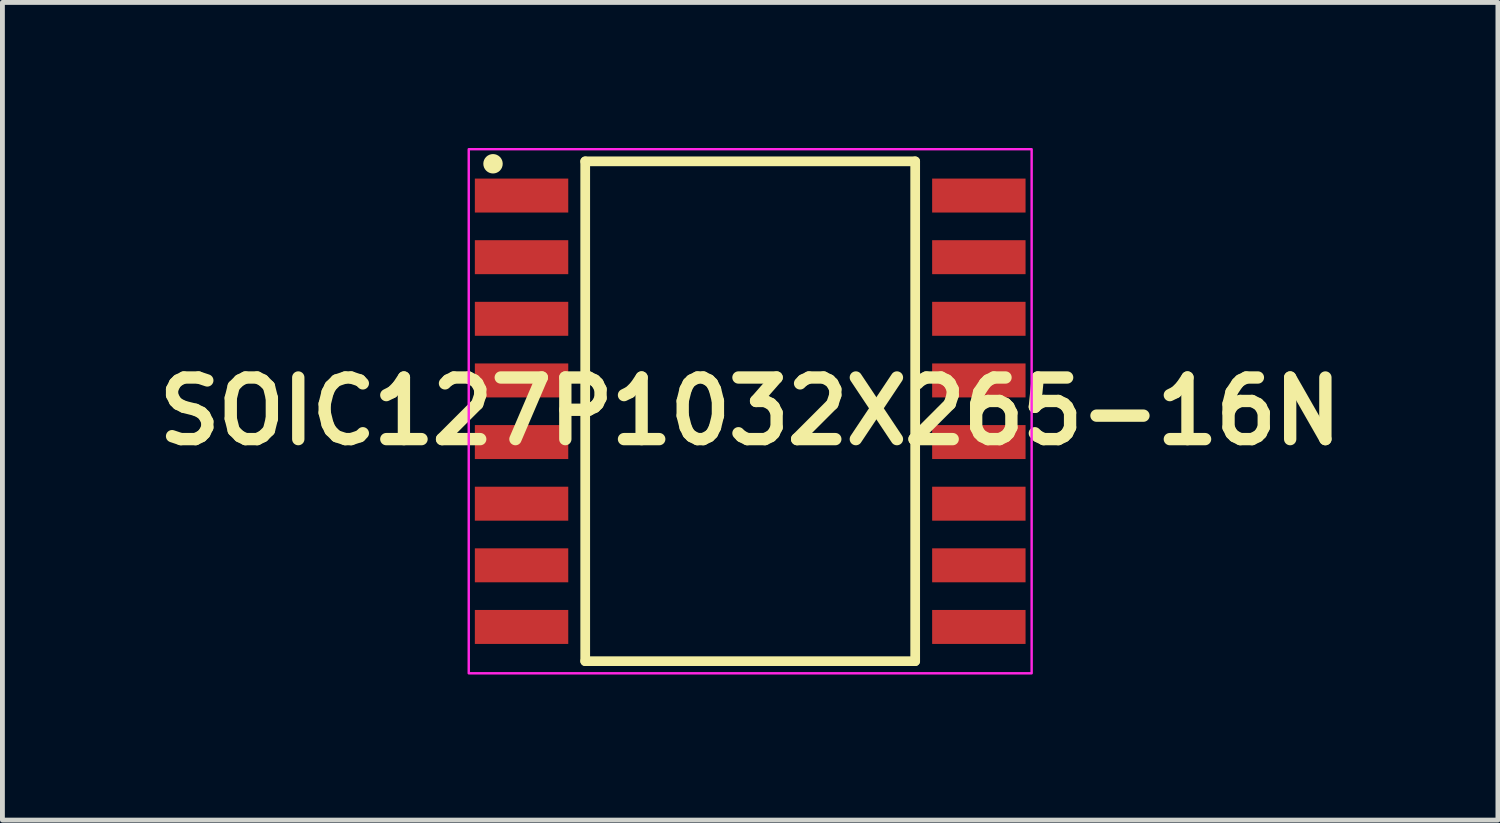
<source format=kicad_pcb>
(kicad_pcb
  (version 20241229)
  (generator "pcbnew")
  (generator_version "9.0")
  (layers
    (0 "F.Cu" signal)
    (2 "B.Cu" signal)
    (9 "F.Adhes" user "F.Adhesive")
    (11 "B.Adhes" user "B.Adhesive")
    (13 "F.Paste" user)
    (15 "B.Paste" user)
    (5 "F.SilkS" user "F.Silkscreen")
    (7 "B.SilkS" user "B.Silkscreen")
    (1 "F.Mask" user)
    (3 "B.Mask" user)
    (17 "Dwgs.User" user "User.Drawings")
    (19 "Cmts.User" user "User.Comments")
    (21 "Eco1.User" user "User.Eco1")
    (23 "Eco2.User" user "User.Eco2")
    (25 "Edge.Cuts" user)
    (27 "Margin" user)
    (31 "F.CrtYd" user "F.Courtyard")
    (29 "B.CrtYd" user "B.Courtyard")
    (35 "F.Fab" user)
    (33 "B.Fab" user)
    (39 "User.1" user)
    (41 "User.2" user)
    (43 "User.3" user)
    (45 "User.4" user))
  (footprint "SOIC127P1032X265-16N"
    (layer "F.Cu")
    (at 12.41 5.425)
    (property "Reference" "SOIC127P1032X265-16N" (at 0 0 0) (layer "F.SilkS") (effects (font (size 1.27 1.27) (thickness 0.254))))
    (attr smd)
    (fp_line (start -3.4 -5.15) (end 3.4 -5.15) (stroke (width 0.2) (type solid)) (layer "F.SilkS"))
    (fp_line (start -3.4 5.15) (end -3.4 -5.15) (stroke (width 0.2) (type solid)) (layer "F.SilkS"))
    (fp_line (start 3.4 -5.15) (end 3.4 5.15) (stroke (width 0.2) (type solid)) (layer "F.SilkS"))
    (fp_line (start 3.4 5.15) (end -3.4 5.15) (stroke (width 0.2) (type solid)) (layer "F.SilkS"))
    (fp_circle (center -5.3 -5.1) (end -5.2 -5.1) (stroke (width 0.2) (type default)) (fill no) (layer "F.SilkS"))
    (fp_rect (start -5.8 -5.4) (end 5.8 5.4) (stroke (width 0.05) (type default)) (fill no) (layer "F.CrtYd"))
    (pad "1" smd rect (at -4.712 -4.445 90) (size 0.7 1.925) (layers "F.Cu" "F.Mask" "F.Paste"))
    (pad "2" smd rect (at -4.712 -3.175 90) (size 0.7 1.925) (layers "F.Cu" "F.Mask" "F.Paste"))
    (pad "3" smd rect (at -4.712 -1.905 90) (size 0.7 1.925) (layers "F.Cu" "F.Mask" "F.Paste"))
    (pad "4" smd rect (at -4.712 -0.635 90) (size 0.7 1.925) (layers "F.Cu" "F.Mask" "F.Paste"))
    (pad "5" smd rect (at -4.712 0.635 90) (size 0.7 1.925) (layers "F.Cu" "F.Mask" "F.Paste"))
    (pad "6" smd rect (at -4.712 1.905 90) (size 0.7 1.925) (layers "F.Cu" "F.Mask" "F.Paste"))
    (pad "7" smd rect (at -4.712 3.175 90) (size 0.7 1.925) (layers "F.Cu" "F.Mask" "F.Paste"))
    (pad "8" smd rect (at -4.712 4.445 90) (size 0.7 1.925) (layers "F.Cu" "F.Mask" "F.Paste"))
    (pad "9" smd rect (at 4.712 4.445 90) (size 0.7 1.925) (layers "F.Cu" "F.Mask" "F.Paste"))
    (pad "10" smd rect (at 4.712 3.175 90) (size 0.7 1.925) (layers "F.Cu" "F.Mask" "F.Paste"))
    (pad "11" smd rect (at 4.712 1.905 90) (size 0.7 1.925) (layers "F.Cu" "F.Mask" "F.Paste"))
    (pad "12" smd rect (at 4.712 0.635 90) (size 0.7 1.925) (layers "F.Cu" "F.Mask" "F.Paste"))
    (pad "13" smd rect (at 4.712 -0.635 90) (size 0.7 1.925) (layers "F.Cu" "F.Mask" "F.Paste"))
    (pad "14" smd rect (at 4.712 -1.905 90) (size 0.7 1.925) (layers "F.Cu" "F.Mask" "F.Paste"))
    (pad "15" smd rect (at 4.712 -3.175 90) (size 0.7 1.925) (layers "F.Cu" "F.Mask" "F.Paste"))
    (pad "16" smd rect (at 4.712 -4.445 90) (size 0.7 1.925) (layers "F.Cu" "F.Mask" "F.Paste")))
  (gr_rect
    (start -3 -3)
    (end 27.819 13.85)
    (stroke (width 0.1) (type default))
    (fill no)
    (layer "Edge.Cuts")))
</source>
